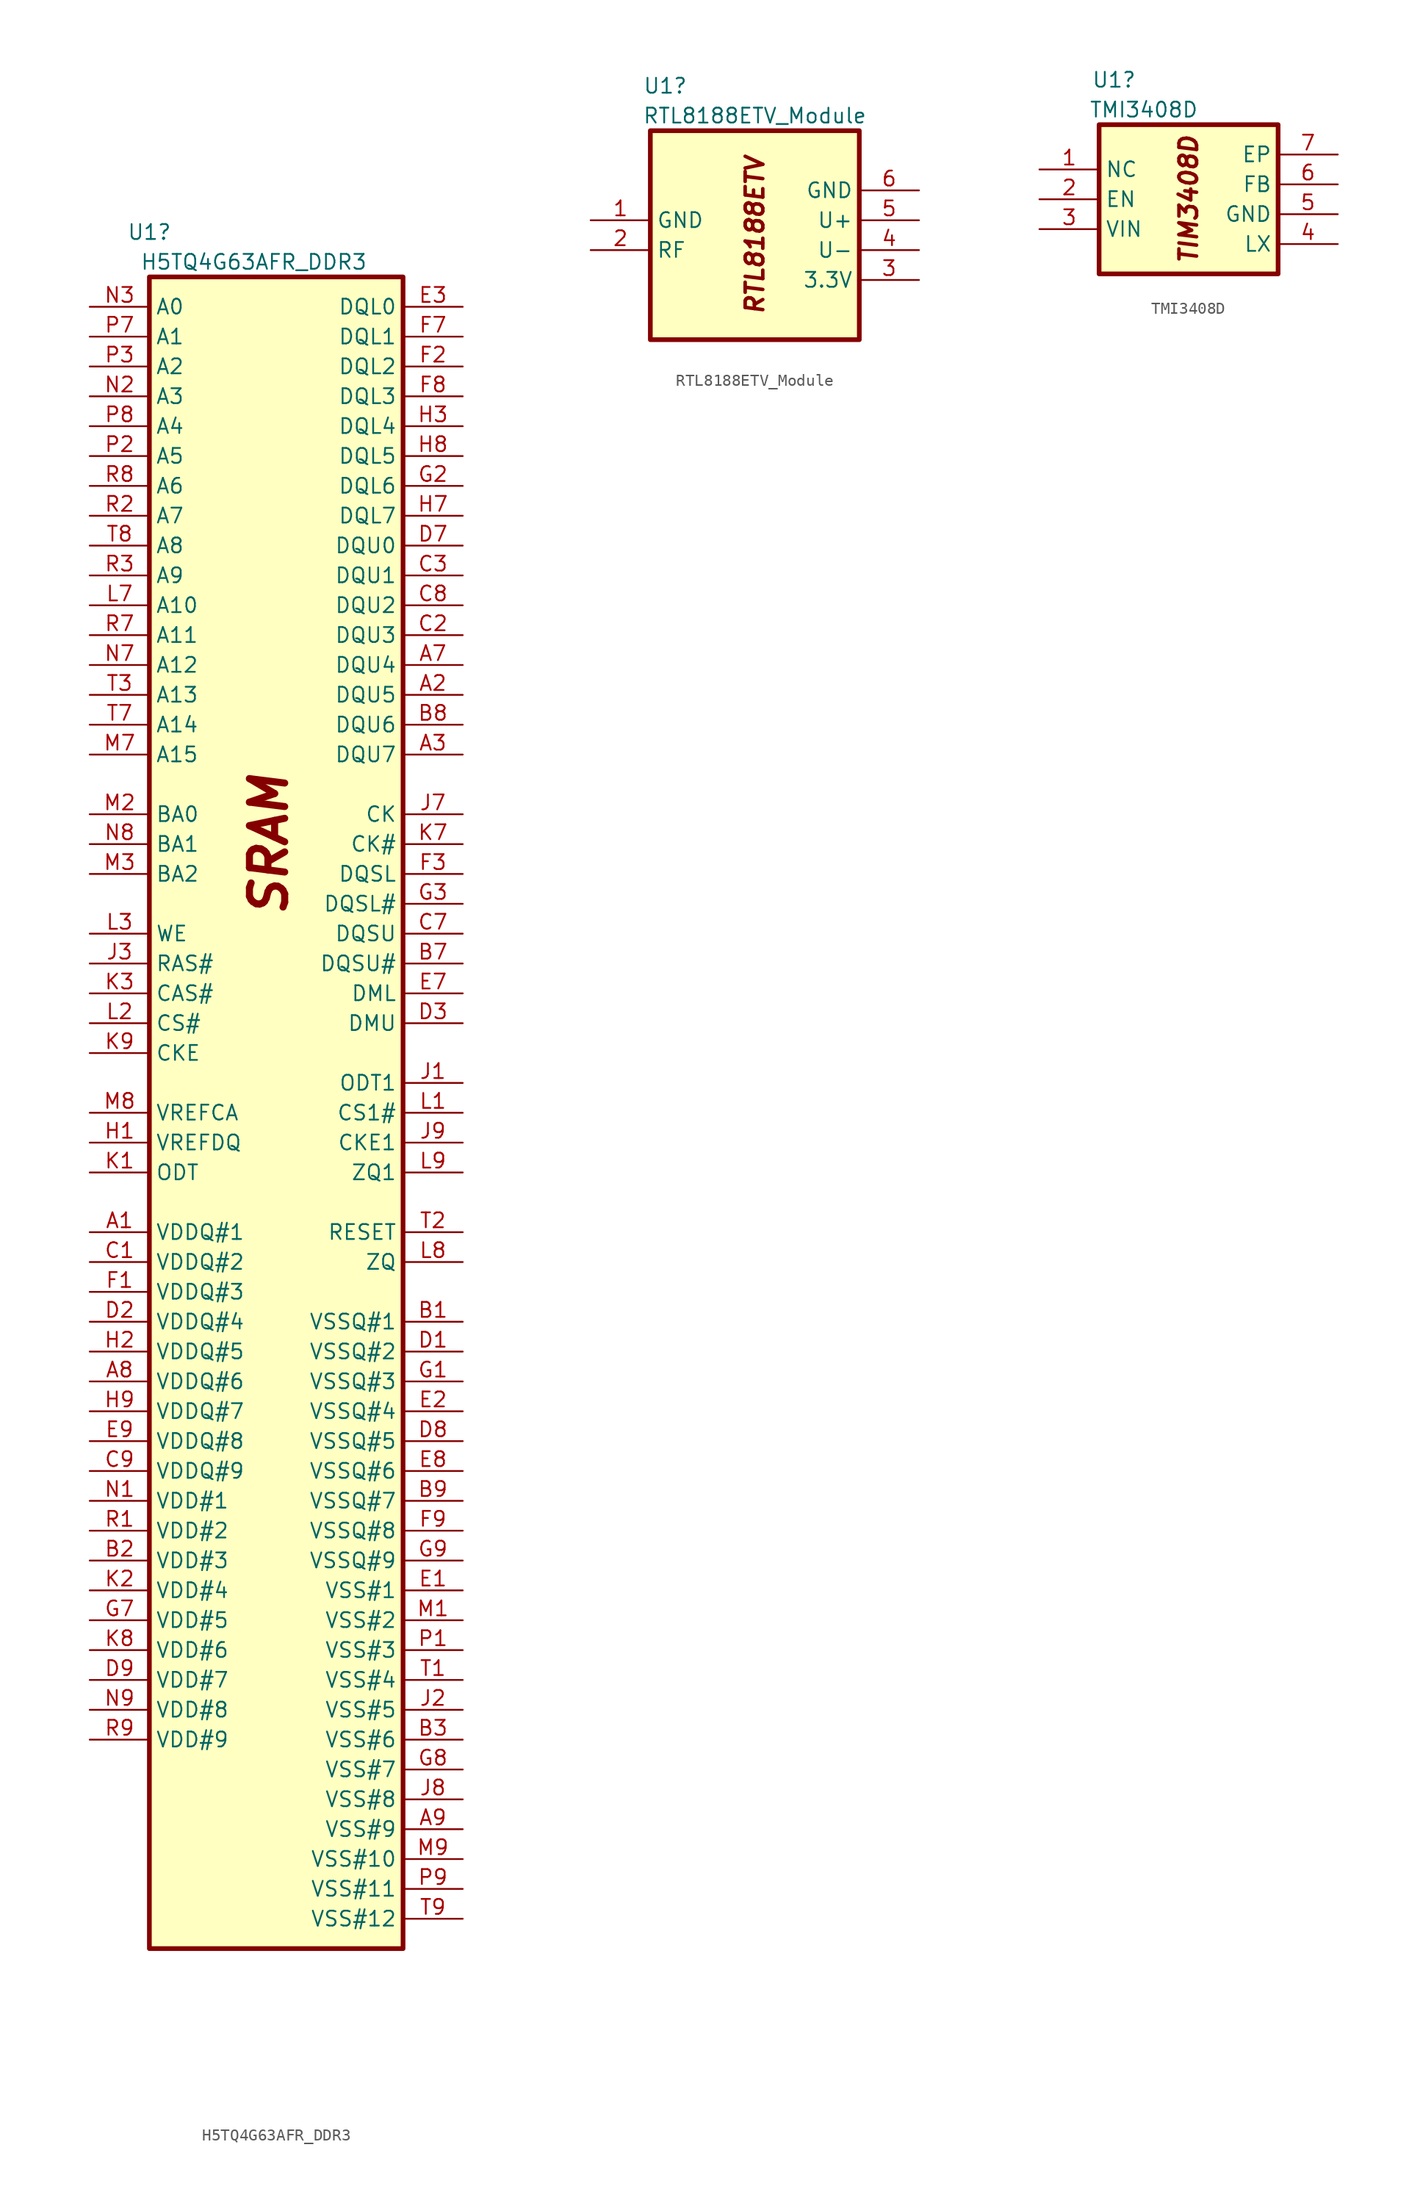
<source format=kicad_sym>
(kicad_symbol_lib
  (version 20211014)
  (generator kicad_symbol_editor)
  (symbol "H5TQ4G63AFR_DDR3"
    (property "Reference" "U1"
      (at -11.43 72.39 0)
      (effects (font (size 1.27 1.27))))
    (property "Value" "H5TQ4G63AFR_DDR3"
      (at -2.54 69.85 0)
      (effects (font (size 1.27 1.27))))
    (symbol "H5TQ4G63AFR_DDR3_0_0"
      (text "SRAM" (at -1.27 20.32 900) (effects (font (size 3 3) bold italic))))
    (symbol "H5TQ4G63AFR_DDR3_0_1"
      (rectangle (start -11.43 68.58) (end 10.16 -73.66) (stroke (width 0.4) (type default) (color 0 0 0 0)) (fill (type background))))
    (symbol "H5TQ4G63AFR_DDR3_1_1"
      (pin bidirectional line (at -16.51 -12.7 0) (length 5.08) (name "VDDQ#1" (effects (font (size 1.27 1.27)))) (number "A1" (effects (font (size 1.27 1.27)))))
      (pin bidirectional line (at 15.24 33.02 180) (length 5.08) (name "DQU5" (effects (font (size 1.27 1.27)))) (number "A2" (effects (font (size 1.27 1.27)))))
      (pin bidirectional line (at 15.24 27.94 180) (length 5.08) (name "DQU7" (effects (font (size 1.27 1.27)))) (number "A3" (effects (font (size 1.27 1.27)))))
      (pin bidirectional line (at 15.24 35.56 180) (length 5.08) (name "DQU4" (effects (font (size 1.27 1.27)))) (number "A7" (effects (font (size 1.27 1.27)))))
      (pin bidirectional line (at -16.51 -25.4 0) (length 5.08) (name "VDDQ#6" (effects (font (size 1.27 1.27)))) (number "A8" (effects (font (size 1.27 1.27)))))
      (pin bidirectional line (at 15.24 -63.5 180) (length 5.08) (name "VSS#9" (effects (font (size 1.27 1.27)))) (number "A9" (effects (font (size 1.27 1.27)))))
      (pin bidirectional line (at 15.24 -20.32 180) (length 5.08) (name "VSSQ#1" (effects (font (size 1.27 1.27)))) (number "B1" (effects (font (size 1.27 1.27)))))
      (pin bidirectional line (at -16.51 -40.64 0) (length 5.08) (name "VDD#3" (effects (font (size 1.27 1.27)))) (number "B2" (effects (font (size 1.27 1.27)))))
      (pin bidirectional line (at 15.24 -55.88 180) (length 5.08) (name "VSS#6" (effects (font (size 1.27 1.27)))) (number "B3" (effects (font (size 1.27 1.27)))))
      (pin bidirectional line (at 15.24 10.16 180) (length 5.08) (name "DQSU#" (effects (font (size 1.27 1.27)))) (number "B7" (effects (font (size 1.27 1.27)))))
      (pin bidirectional line (at 15.24 30.48 180) (length 5.08) (name "DQU6" (effects (font (size 1.27 1.27)))) (number "B8" (effects (font (size 1.27 1.27)))))
      (pin bidirectional line (at 15.24 -35.56 180) (length 5.08) (name "VSSQ#7" (effects (font (size 1.27 1.27)))) (number "B9" (effects (font (size 1.27 1.27)))))
      (pin bidirectional line (at -16.51 -15.24 0) (length 5.08) (name "VDDQ#2" (effects (font (size 1.27 1.27)))) (number "C1" (effects (font (size 1.27 1.27)))))
      (pin bidirectional line (at 15.24 38.1 180) (length 5.08) (name "DQU3" (effects (font (size 1.27 1.27)))) (number "C2" (effects (font (size 1.27 1.27)))))
      (pin bidirectional line (at 15.24 43.18 180) (length 5.08) (name "DQU1" (effects (font (size 1.27 1.27)))) (number "C3" (effects (font (size 1.27 1.27)))))
      (pin bidirectional line (at 15.24 12.7 180) (length 5.08) (name "DQSU" (effects (font (size 1.27 1.27)))) (number "C7" (effects (font (size 1.27 1.27)))))
      (pin bidirectional line (at 15.24 40.64 180) (length 5.08) (name "DQU2" (effects (font (size 1.27 1.27)))) (number "C8" (effects (font (size 1.27 1.27)))))
      (pin bidirectional line (at -16.51 -33.02 0) (length 5.08) (name "VDDQ#9" (effects (font (size 1.27 1.27)))) (number "C9" (effects (font (size 1.27 1.27)))))
      (pin bidirectional line (at 15.24 -22.86 180) (length 5.08) (name "VSSQ#2" (effects (font (size 1.27 1.27)))) (number "D1" (effects (font (size 1.27 1.27)))))
      (pin bidirectional line (at -16.51 -20.32 0) (length 5.08) (name "VDDQ#4" (effects (font (size 1.27 1.27)))) (number "D2" (effects (font (size 1.27 1.27)))))
      (pin bidirectional line (at 15.24 5.08 180) (length 5.08) (name "DMU" (effects (font (size 1.27 1.27)))) (number "D3" (effects (font (size 1.27 1.27)))))
      (pin bidirectional line (at 15.24 45.72 180) (length 5.08) (name "DQU0" (effects (font (size 1.27 1.27)))) (number "D7" (effects (font (size 1.27 1.27)))))
      (pin bidirectional line (at 15.24 -30.48 180) (length 5.08) (name "VSSQ#5" (effects (font (size 1.27 1.27)))) (number "D8" (effects (font (size 1.27 1.27)))))
      (pin bidirectional line (at -16.51 -50.8 0) (length 5.08) (name "VDD#7" (effects (font (size 1.27 1.27)))) (number "D9" (effects (font (size 1.27 1.27)))))
      (pin bidirectional line (at 15.24 -43.18 180) (length 5.08) (name "VSS#1" (effects (font (size 1.27 1.27)))) (number "E1" (effects (font (size 1.27 1.27)))))
      (pin bidirectional line (at 15.24 -27.94 180) (length 5.08) (name "VSSQ#4" (effects (font (size 1.27 1.27)))) (number "E2" (effects (font (size 1.27 1.27)))))
      (pin bidirectional line (at 15.24 66.04 180) (length 5.08) (name "DQL0" (effects (font (size 1.27 1.27)))) (number "E3" (effects (font (size 1.27 1.27)))))
      (pin bidirectional line (at 15.24 7.62 180) (length 5.08) (name "DML" (effects (font (size 1.27 1.27)))) (number "E7" (effects (font (size 1.27 1.27)))))
      (pin bidirectional line (at 15.24 -33.02 180) (length 5.08) (name "VSSQ#6" (effects (font (size 1.27 1.27)))) (number "E8" (effects (font (size 1.27 1.27)))))
      (pin bidirectional line (at -16.51 -30.48 0) (length 5.08) (name "VDDQ#8" (effects (font (size 1.27 1.27)))) (number "E9" (effects (font (size 1.27 1.27)))))
      (pin bidirectional line (at -16.51 -17.78 0) (length 5.08) (name "VDDQ#3" (effects (font (size 1.27 1.27)))) (number "F1" (effects (font (size 1.27 1.27)))))
      (pin bidirectional line (at 15.24 60.96 180) (length 5.08) (name "DQL2" (effects (font (size 1.27 1.27)))) (number "F2" (effects (font (size 1.27 1.27)))))
      (pin bidirectional line (at 15.24 17.78 180) (length 5.08) (name "DQSL" (effects (font (size 1.27 1.27)))) (number "F3" (effects (font (size 1.27 1.27)))))
      (pin bidirectional line (at 15.24 63.5 180) (length 5.08) (name "DQL1" (effects (font (size 1.27 1.27)))) (number "F7" (effects (font (size 1.27 1.27)))))
      (pin bidirectional line (at 15.24 58.42 180) (length 5.08) (name "DQL3" (effects (font (size 1.27 1.27)))) (number "F8" (effects (font (size 1.27 1.27)))))
      (pin bidirectional line (at 15.24 -38.1 180) (length 5.08) (name "VSSQ#8" (effects (font (size 1.27 1.27)))) (number "F9" (effects (font (size 1.27 1.27)))))
      (pin bidirectional line (at 15.24 -25.4 180) (length 5.08) (name "VSSQ#3" (effects (font (size 1.27 1.27)))) (number "G1" (effects (font (size 1.27 1.27)))))
      (pin bidirectional line (at 15.24 50.8 180) (length 5.08) (name "DQL6" (effects (font (size 1.27 1.27)))) (number "G2" (effects (font (size 1.27 1.27)))))
      (pin bidirectional line (at 15.24 15.24 180) (length 5.08) (name "DQSL#" (effects (font (size 1.27 1.27)))) (number "G3" (effects (font (size 1.27 1.27)))))
      (pin bidirectional line (at -16.51 -45.72 0) (length 5.08) (name "VDD#5" (effects (font (size 1.27 1.27)))) (number "G7" (effects (font (size 1.27 1.27)))))
      (pin bidirectional line (at 15.24 -58.42 180) (length 5.08) (name "VSS#7" (effects (font (size 1.27 1.27)))) (number "G8" (effects (font (size 1.27 1.27)))))
      (pin bidirectional line (at 15.24 -40.64 180) (length 5.08) (name "VSSQ#9" (effects (font (size 1.27 1.27)))) (number "G9" (effects (font (size 1.27 1.27)))))
      (pin bidirectional line (at -16.51 -5.08 0) (length 5.08) (name "VREFDQ" (effects (font (size 1.27 1.27)))) (number "H1" (effects (font (size 1.27 1.27)))))
      (pin bidirectional line (at -16.51 -22.86 0) (length 5.08) (name "VDDQ#5" (effects (font (size 1.27 1.27)))) (number "H2" (effects (font (size 1.27 1.27)))))
      (pin bidirectional line (at 15.24 55.88 180) (length 5.08) (name "DQL4" (effects (font (size 1.27 1.27)))) (number "H3" (effects (font (size 1.27 1.27)))))
      (pin bidirectional line (at 15.24 48.26 180) (length 5.08) (name "DQL7" (effects (font (size 1.27 1.27)))) (number "H7" (effects (font (size 1.27 1.27)))))
      (pin bidirectional line (at 15.24 53.34 180) (length 5.08) (name "DQL5" (effects (font (size 1.27 1.27)))) (number "H8" (effects (font (size 1.27 1.27)))))
      (pin bidirectional line (at -16.51 -27.94 0) (length 5.08) (name "VDDQ#7" (effects (font (size 1.27 1.27)))) (number "H9" (effects (font (size 1.27 1.27)))))
      (pin bidirectional line (at 15.24 0 180) (length 5.08) (name "ODT1" (effects (font (size 1.27 1.27)))) (number "J1" (effects (font (size 1.27 1.27)))))
      (pin bidirectional line (at 15.24 -53.34 180) (length 5.08) (name "VSS#5" (effects (font (size 1.27 1.27)))) (number "J2" (effects (font (size 1.27 1.27)))))
      (pin bidirectional line (at -16.51 10.16 0) (length 5.08) (name "RAS#" (effects (font (size 1.27 1.27)))) (number "J3" (effects (font (size 1.27 1.27)))))
      (pin bidirectional line (at 15.24 22.86 180) (length 5.08) (name "CK" (effects (font (size 1.27 1.27)))) (number "J7" (effects (font (size 1.27 1.27)))))
      (pin bidirectional line (at 15.24 -60.96 180) (length 5.08) (name "VSS#8" (effects (font (size 1.27 1.27)))) (number "J8" (effects (font (size 1.27 1.27)))))
      (pin bidirectional line (at 15.24 -5.08 180) (length 5.08) (name "CKE1" (effects (font (size 1.27 1.27)))) (number "J9" (effects (font (size 1.27 1.27)))))
      (pin bidirectional line (at -16.51 -7.62 0) (length 5.08) (name "ODT" (effects (font (size 1.27 1.27)))) (number "K1" (effects (font (size 1.27 1.27)))))
      (pin bidirectional line (at -16.51 -43.18 0) (length 5.08) (name "VDD#4" (effects (font (size 1.27 1.27)))) (number "K2" (effects (font (size 1.27 1.27)))))
      (pin bidirectional line (at -16.51 7.62 0) (length 5.08) (name "CAS#" (effects (font (size 1.27 1.27)))) (number "K3" (effects (font (size 1.27 1.27)))))
      (pin bidirectional line (at 15.24 20.32 180) (length 5.08) (name "CK#" (effects (font (size 1.27 1.27)))) (number "K7" (effects (font (size 1.27 1.27)))))
      (pin bidirectional line (at -16.51 -48.26 0) (length 5.08) (name "VDD#6" (effects (font (size 1.27 1.27)))) (number "K8" (effects (font (size 1.27 1.27)))))
      (pin bidirectional line (at -16.51 2.54 0) (length 5.08) (name "CKE" (effects (font (size 1.27 1.27)))) (number "K9" (effects (font (size 1.27 1.27)))))
      (pin bidirectional line (at 15.24 -2.54 180) (length 5.08) (name "CS1#" (effects (font (size 1.27 1.27)))) (number "L1" (effects (font (size 1.27 1.27)))))
      (pin bidirectional line (at -16.51 5.08 0) (length 5.08) (name "CS#" (effects (font (size 1.27 1.27)))) (number "L2" (effects (font (size 1.27 1.27)))))
      (pin bidirectional line (at -16.51 12.7 0) (length 5.08) (name "WE" (effects (font (size 1.27 1.27)))) (number "L3" (effects (font (size 1.27 1.27)))))
      (pin bidirectional line (at -16.51 40.64 0) (length 5.08) (name "A10" (effects (font (size 1.27 1.27)))) (number "L7" (effects (font (size 1.27 1.27)))))
      (pin bidirectional line (at 15.24 -15.24 180) (length 5.08) (name "ZQ" (effects (font (size 1.27 1.27)))) (number "L8" (effects (font (size 1.27 1.27)))))
      (pin bidirectional line (at 15.24 -7.62 180) (length 5.08) (name "ZQ1" (effects (font (size 1.27 1.27)))) (number "L9" (effects (font (size 1.27 1.27)))))
      (pin bidirectional line (at 15.24 -45.72 180) (length 5.08) (name "VSS#2" (effects (font (size 1.27 1.27)))) (number "M1" (effects (font (size 1.27 1.27)))))
      (pin bidirectional line (at -16.51 22.86 0) (length 5.08) (name "BA0" (effects (font (size 1.27 1.27)))) (number "M2" (effects (font (size 1.27 1.27)))))
      (pin bidirectional line (at -16.51 17.78 0) (length 5.08) (name "BA2" (effects (font (size 1.27 1.27)))) (number "M3" (effects (font (size 1.27 1.27)))))
      (pin bidirectional line (at -16.51 27.94 0) (length 5.08) (name "A15" (effects (font (size 1.27 1.27)))) (number "M7" (effects (font (size 1.27 1.27)))))
      (pin bidirectional line (at -16.51 -2.54 0) (length 5.08) (name "VREFCA" (effects (font (size 1.27 1.27)))) (number "M8" (effects (font (size 1.27 1.27)))))
      (pin bidirectional line (at 15.24 -66.04 180) (length 5.08) (name "VSS#10" (effects (font (size 1.27 1.27)))) (number "M9" (effects (font (size 1.27 1.27)))))
      (pin bidirectional line (at -16.51 -35.56 0) (length 5.08) (name "VDD#1" (effects (font (size 1.27 1.27)))) (number "N1" (effects (font (size 1.27 1.27)))))
      (pin bidirectional line (at -16.51 58.42 0) (length 5.08) (name "A3" (effects (font (size 1.27 1.27)))) (number "N2" (effects (font (size 1.27 1.27)))))
      (pin bidirectional line (at -16.51 66.04 0) (length 5.08) (name "A0" (effects (font (size 1.27 1.27)))) (number "N3" (effects (font (size 1.27 1.27)))))
      (pin bidirectional line (at -16.51 35.56 0) (length 5.08) (name "A12" (effects (font (size 1.27 1.27)))) (number "N7" (effects (font (size 1.27 1.27)))))
      (pin bidirectional line (at -16.51 20.32 0) (length 5.08) (name "BA1" (effects (font (size 1.27 1.27)))) (number "N8" (effects (font (size 1.27 1.27)))))
      (pin bidirectional line (at -16.51 -53.34 0) (length 5.08) (name "VDD#8" (effects (font (size 1.27 1.27)))) (number "N9" (effects (font (size 1.27 1.27)))))
      (pin bidirectional line (at 15.24 -48.26 180) (length 5.08) (name "VSS#3" (effects (font (size 1.27 1.27)))) (number "P1" (effects (font (size 1.27 1.27)))))
      (pin bidirectional line (at -16.51 53.34 0) (length 5.08) (name "A5" (effects (font (size 1.27 1.27)))) (number "P2" (effects (font (size 1.27 1.27)))))
      (pin bidirectional line (at -16.51 60.96 0) (length 5.08) (name "A2" (effects (font (size 1.27 1.27)))) (number "P3" (effects (font (size 1.27 1.27)))))
      (pin bidirectional line (at -16.51 63.5 0) (length 5.08) (name "A1" (effects (font (size 1.27 1.27)))) (number "P7" (effects (font (size 1.27 1.27)))))
      (pin bidirectional line (at -16.51 55.88 0) (length 5.08) (name "A4" (effects (font (size 1.27 1.27)))) (number "P8" (effects (font (size 1.27 1.27)))))
      (pin bidirectional line (at 15.24 -68.58 180) (length 5.08) (name "VSS#11" (effects (font (size 1.27 1.27)))) (number "P9" (effects (font (size 1.27 1.27)))))
      (pin bidirectional line (at -16.51 -38.1 0) (length 5.08) (name "VDD#2" (effects (font (size 1.27 1.27)))) (number "R1" (effects (font (size 1.27 1.27)))))
      (pin bidirectional line (at -16.51 48.26 0) (length 5.08) (name "A7" (effects (font (size 1.27 1.27)))) (number "R2" (effects (font (size 1.27 1.27)))))
      (pin bidirectional line (at -16.51 43.18 0) (length 5.08) (name "A9" (effects (font (size 1.27 1.27)))) (number "R3" (effects (font (size 1.27 1.27)))))
      (pin bidirectional line (at -16.51 38.1 0) (length 5.08) (name "A11" (effects (font (size 1.27 1.27)))) (number "R7" (effects (font (size 1.27 1.27)))))
      (pin bidirectional line (at -16.51 50.8 0) (length 5.08) (name "A6" (effects (font (size 1.27 1.27)))) (number "R8" (effects (font (size 1.27 1.27)))))
      (pin bidirectional line (at -16.51 -55.88 0) (length 5.08) (name "VDD#9" (effects (font (size 1.27 1.27)))) (number "R9" (effects (font (size 1.27 1.27)))))
      (pin bidirectional line (at 15.24 -50.8 180) (length 5.08) (name "VSS#4" (effects (font (size 1.27 1.27)))) (number "T1" (effects (font (size 1.27 1.27)))))
      (pin bidirectional line (at 15.24 -12.7 180) (length 5.08) (name "RESET" (effects (font (size 1.27 1.27)))) (number "T2" (effects (font (size 1.27 1.27)))))
      (pin bidirectional line (at -16.51 33.02 0) (length 5.08) (name "A13" (effects (font (size 1.27 1.27)))) (number "T3" (effects (font (size 1.27 1.27)))))
      (pin bidirectional line (at -16.51 30.48 0) (length 5.08) (name "A14" (effects (font (size 1.27 1.27)))) (number "T7" (effects (font (size 1.27 1.27)))))
      (pin bidirectional line (at -16.51 45.72 0) (length 5.08) (name "A8" (effects (font (size 1.27 1.27)))) (number "T8" (effects (font (size 1.27 1.27)))))
      (pin bidirectional line (at 15.24 -71.12 180) (length 5.08) (name "VSS#12" (effects (font (size 1.27 1.27)))) (number "T9" (effects (font (size 1.27 1.27)))))))
  (symbol "RTL8188ETV_Module"
    (property "Reference" "U1"
      (at -7.62 12.7 0)
      (effects (font (size 1.27 1.27))))
    (property "Value" "RTL8188ETV_Module"
      (at 0 10.16 0)
      (effects (font (size 1.27 1.27))))
    (symbol "RTL8188ETV_Module_0_0"
      (text "RTL8188ETV" (at 0 0 900) (effects (font (size 1.5 1.5) bold italic))))
    (symbol "RTL8188ETV_Module_0_1"
      (rectangle (start -8.89 8.89) (end 8.89 -8.89) (stroke (width 0.4) (type default) (color 0 0 0 0)) (fill (type background))))
    (symbol "RTL8188ETV_Module_1_1"
      (pin input line (at -13.97 1.27 0) (length 5.08) (name "GND" (effects (font (size 1.27 1.27)))) (number "1" (effects (font (size 1.27 1.27)))))
      (pin input line (at -13.97 -1.27 0) (length 5.08) (name "RF" (effects (font (size 1.27 1.27)))) (number "2" (effects (font (size 1.27 1.27)))))
      (pin input line (at 13.97 -3.81 180) (length 5.08) (name "3.3V" (effects (font (size 1.27 1.27)))) (number "3" (effects (font (size 1.27 1.27)))))
      (pin input line (at 13.97 -1.27 180) (length 5.08) (name "U-" (effects (font (size 1.27 1.27)))) (number "4" (effects (font (size 1.27 1.27)))))
      (pin input line (at 13.97 1.27 180) (length 5.08) (name "U+" (effects (font (size 1.27 1.27)))) (number "5" (effects (font (size 1.27 1.27)))))
      (pin input line (at 13.97 3.81 180) (length 5.08) (name "GND" (effects (font (size 1.27 1.27)))) (number "6" (effects (font (size 1.27 1.27)))))))
  (symbol "TMI3408D"
    (property "Reference" "U1"
      (at -6.35 10.16 0)
      (effects (font (size 1.27 1.27))))
    (property "Value" "TMI3408D"
      (at -3.81 7.62 0)
      (effects (font (size 1.27 1.27))))
    (symbol "TMI3408D_0_0"
      (text "TIM3408D" (at 0 0 900) (effects (font (size 1.5 1.5) bold italic))))
    (symbol "TMI3408D_0_1"
      (rectangle (start -7.62 6.35) (end 7.62 -6.35) (stroke (width 0.4) (type default) (color 0 0 0 0)) (fill (type background))))
    (symbol "TMI3408D_1_1"
      (pin bidirectional line (at -12.7 2.54 0) (length 5.08) (name "NC" (effects (font (size 1.27 1.27)))) (number "1" (effects (font (size 1.27 1.27)))))
      (pin bidirectional line (at -12.7 0 0) (length 5.08) (name "EN" (effects (font (size 1.27 1.27)))) (number "2" (effects (font (size 1.27 1.27)))))
      (pin bidirectional line (at -12.7 -2.54 0) (length 5.08) (name "VIN" (effects (font (size 1.27 1.27)))) (number "3" (effects (font (size 1.27 1.27)))))
      (pin bidirectional line (at 12.7 -3.81 180) (length 5.08) (name "LX" (effects (font (size 1.27 1.27)))) (number "4" (effects (font (size 1.27 1.27)))))
      (pin bidirectional line (at 12.7 -1.27 180) (length 5.08) (name "GND" (effects (font (size 1.27 1.27)))) (number "5" (effects (font (size 1.27 1.27)))))
      (pin bidirectional line (at 12.7 1.27 180) (length 5.08) (name "FB" (effects (font (size 1.27 1.27)))) (number "6" (effects (font (size 1.27 1.27)))))
      (pin bidirectional line (at 12.7 3.81 180) (length 5.08) (name "EP" (effects (font (size 1.27 1.27)))) (number "7" (effects (font (size 1.27 1.27))))))))
</source>
